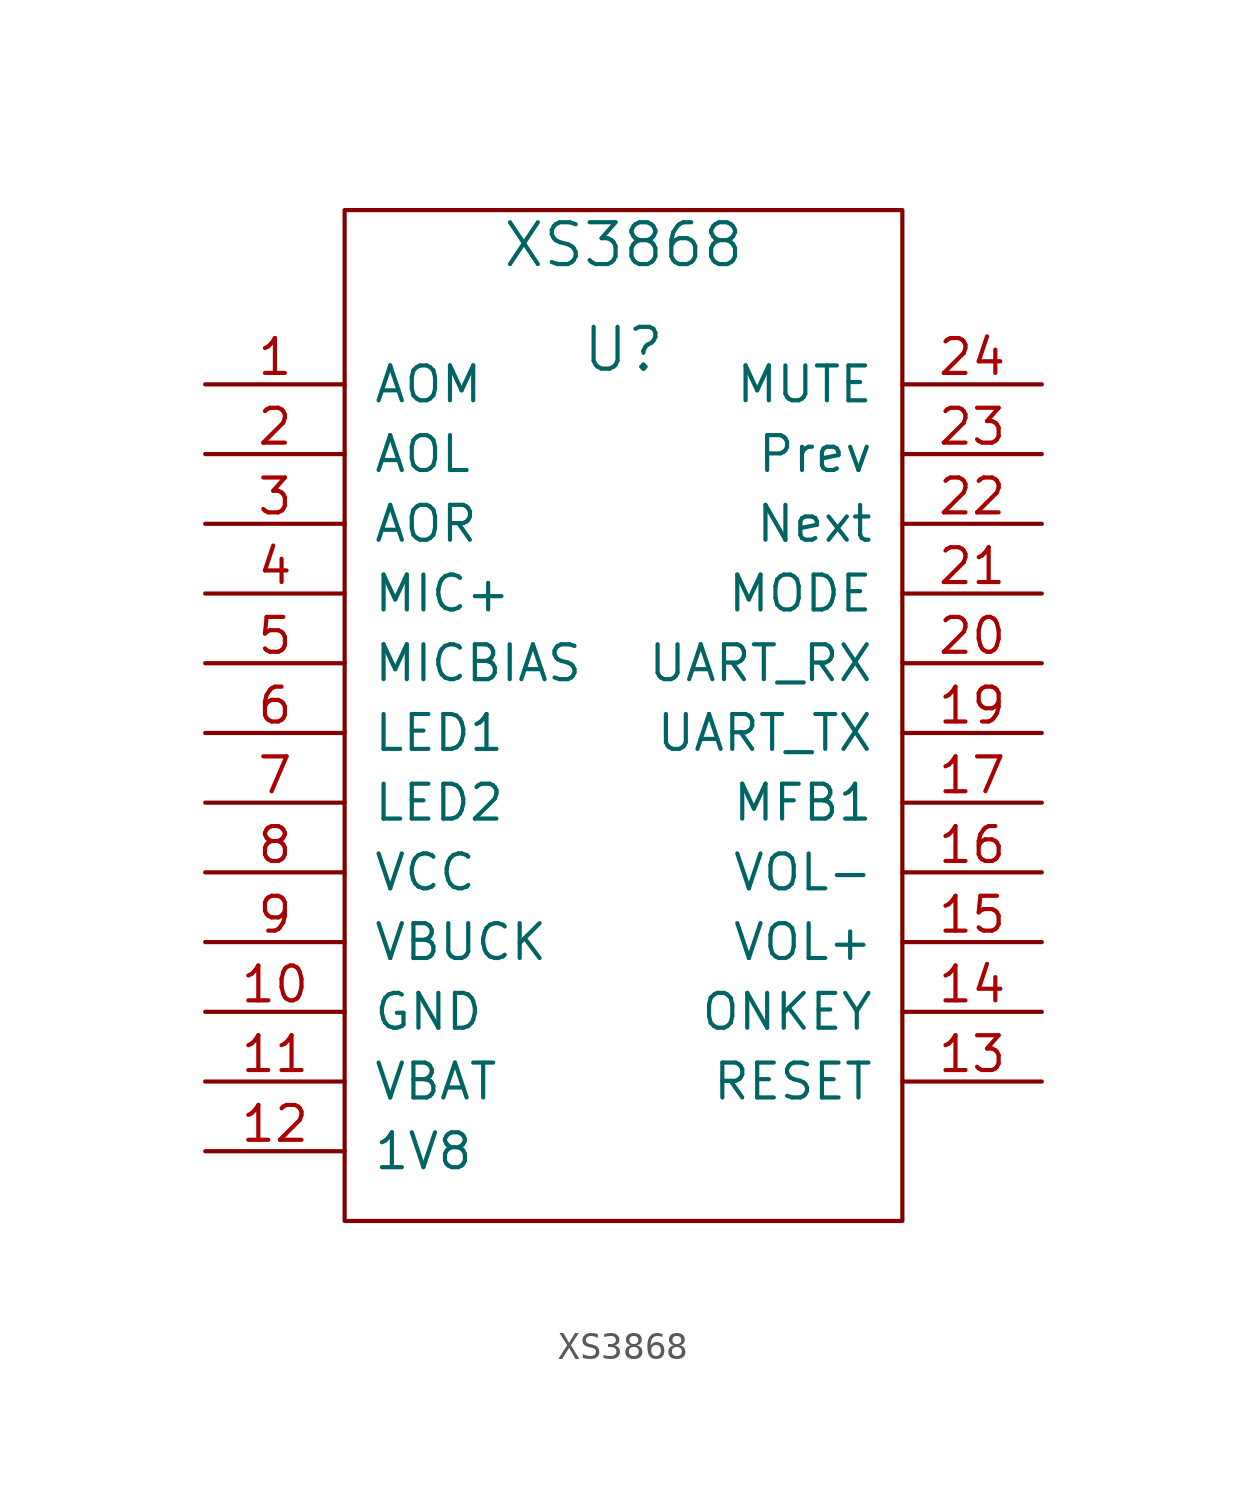
<source format=kicad_sym>
(kicad_symbol_lib
  (version 20211014)
  (generator kicad_symbol_editor)
  (symbol "XS3868"
    (pin_names
      (offset 1.016))
    (property "Reference" "U"
      (at 0 12.7 0)
      (effects (font (size 1.524 1.524))))
    (property "Value" "XS3868"
      (at 0 16.51 0)
      (effects (font (size 1.524 1.524))))
    (property "Footprint" ""
      (at 1.27 0 0)
      (effects (font (size 1.524 1.524))))
    (property "Datasheet" ""
      (at 1.27 0 0)
      (effects (font (size 1.524 1.524))))
    (symbol "XS3868_0_1"
      (rectangle (start -10.16 17.78) (end 10.16 -19.05) (stroke (width 0) (type default) (color 0 0 0 0)) (fill (type none))))
    (symbol "XS3868_1_1"
      (pin input line (at -15.24 11.43 0) (length 5.08) (name "AOM" (effects (font (size 1.27 1.27)))) (number "1" (effects (font (size 1.27 1.27)))))
      (pin power_in line (at -15.24 -11.43 0) (length 5.08) (name "GND" (effects (font (size 1.27 1.27)))) (number "10" (effects (font (size 1.27 1.27)))))
      (pin power_in line (at -15.24 -13.97 0) (length 5.08) (name "VBAT" (effects (font (size 1.27 1.27)))) (number "11" (effects (font (size 1.27 1.27)))))
      (pin power_out line (at -15.24 -16.51 0) (length 5.08) (name "1V8" (effects (font (size 1.27 1.27)))) (number "12" (effects (font (size 1.27 1.27)))))
      (pin input line (at 15.24 -13.97 180) (length 5.08) (name "RESET" (effects (font (size 1.27 1.27)))) (number "13" (effects (font (size 1.27 1.27)))))
      (pin input line (at 15.24 -11.43 180) (length 5.08) (name "ONKEY" (effects (font (size 1.27 1.27)))) (number "14" (effects (font (size 1.27 1.27)))))
      (pin input line (at 15.24 -8.89 180) (length 5.08) (name "VOL+" (effects (font (size 1.27 1.27)))) (number "15" (effects (font (size 1.27 1.27)))))
      (pin input line (at 15.24 -6.35 180) (length 5.08) (name "VOL-" (effects (font (size 1.27 1.27)))) (number "16" (effects (font (size 1.27 1.27)))))
      (pin input line (at 15.24 -3.81 180) (length 5.08) (name "MFB1" (effects (font (size 1.27 1.27)))) (number "17" (effects (font (size 1.27 1.27)))))
      (pin input line (at 15.24 -1.27 180) (length 5.08) (name "UART_TX" (effects (font (size 1.27 1.27)))) (number "19" (effects (font (size 1.27 1.27)))))
      (pin output line (at -15.24 8.89 0) (length 5.08) (name "AOL" (effects (font (size 1.27 1.27)))) (number "2" (effects (font (size 1.27 1.27)))))
      (pin input line (at 15.24 1.27 180) (length 5.08) (name "UART_RX" (effects (font (size 1.27 1.27)))) (number "20" (effects (font (size 1.27 1.27)))))
      (pin input line (at 15.24 3.81 180) (length 5.08) (name "MODE" (effects (font (size 1.27 1.27)))) (number "21" (effects (font (size 1.27 1.27)))))
      (pin input line (at 15.24 6.35 180) (length 5.08) (name "Next" (effects (font (size 1.27 1.27)))) (number "22" (effects (font (size 1.27 1.27)))))
      (pin input line (at 15.24 8.89 180) (length 5.08) (name "Prev" (effects (font (size 1.27 1.27)))) (number "23" (effects (font (size 1.27 1.27)))))
      (pin input line (at 15.24 11.43 180) (length 5.08) (name "MUTE" (effects (font (size 1.27 1.27)))) (number "24" (effects (font (size 1.27 1.27)))))
      (pin output line (at -15.24 6.35 0) (length 5.08) (name "AOR" (effects (font (size 1.27 1.27)))) (number "3" (effects (font (size 1.27 1.27)))))
      (pin input line (at -15.24 3.81 0) (length 5.08) (name "MIC+" (effects (font (size 1.27 1.27)))) (number "4" (effects (font (size 1.27 1.27)))))
      (pin output line (at -15.24 1.27 0) (length 5.08) (name "MICBIAS" (effects (font (size 1.27 1.27)))) (number "5" (effects (font (size 1.27 1.27)))))
      (pin input line (at -15.24 -1.27 0) (length 5.08) (name "LED1" (effects (font (size 1.27 1.27)))) (number "6" (effects (font (size 1.27 1.27)))))
      (pin input line (at -15.24 -3.81 0) (length 5.08) (name "LED2" (effects (font (size 1.27 1.27)))) (number "7" (effects (font (size 1.27 1.27)))))
      (pin power_in line (at -15.24 -6.35 0) (length 5.08) (name "VCC" (effects (font (size 1.27 1.27)))) (number "8" (effects (font (size 1.27 1.27)))))
      (pin power_out line (at -15.24 -8.89 0) (length 5.08) (name "VBUCK" (effects (font (size 1.27 1.27)))) (number "9" (effects (font (size 1.27 1.27))))))))
</source>
